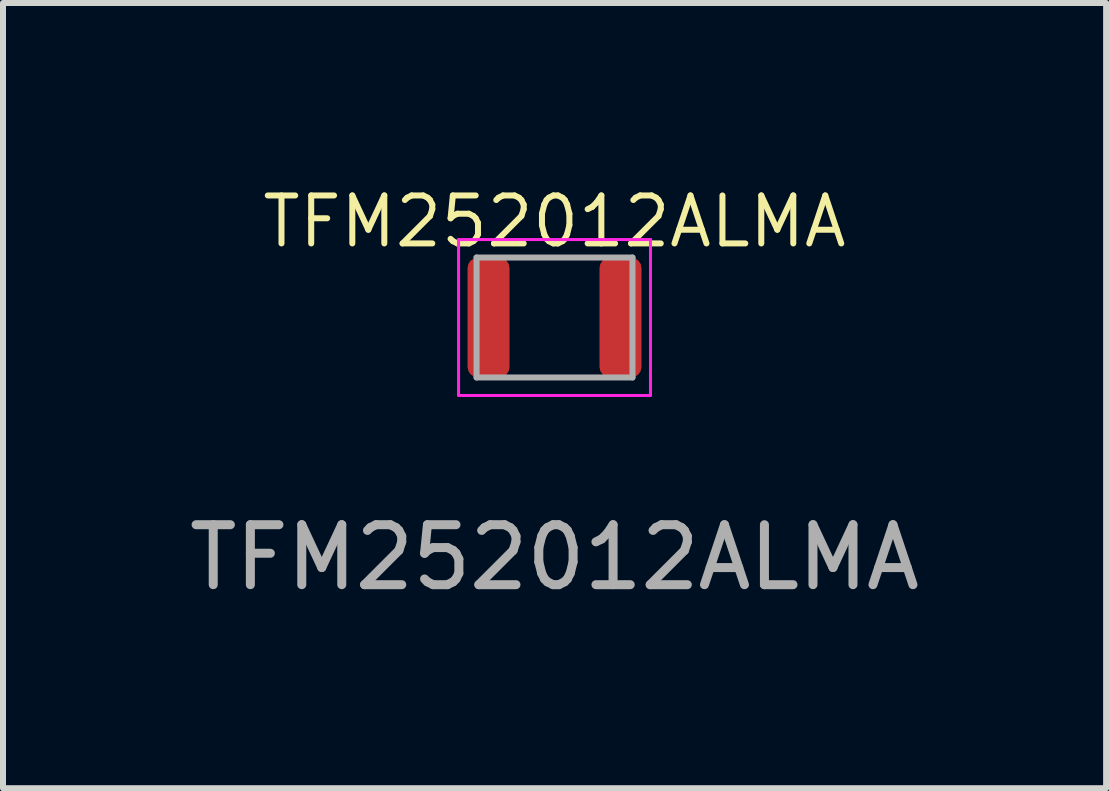
<source format=kicad_pcb>
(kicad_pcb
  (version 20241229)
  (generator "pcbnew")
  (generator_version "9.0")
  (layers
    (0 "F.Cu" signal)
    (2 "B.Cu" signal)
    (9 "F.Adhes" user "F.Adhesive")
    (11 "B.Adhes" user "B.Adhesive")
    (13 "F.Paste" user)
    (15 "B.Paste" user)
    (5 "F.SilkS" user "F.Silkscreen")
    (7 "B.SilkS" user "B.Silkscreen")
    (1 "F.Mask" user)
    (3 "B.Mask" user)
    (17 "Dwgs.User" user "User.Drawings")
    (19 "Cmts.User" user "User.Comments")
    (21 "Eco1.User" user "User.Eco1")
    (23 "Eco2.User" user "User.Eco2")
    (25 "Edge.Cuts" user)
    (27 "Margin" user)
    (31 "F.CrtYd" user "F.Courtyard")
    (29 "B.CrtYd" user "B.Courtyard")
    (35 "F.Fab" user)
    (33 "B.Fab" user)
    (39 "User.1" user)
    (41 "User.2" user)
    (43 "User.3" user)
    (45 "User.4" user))
  (footprint "TFM252012ALMA"
    (layer "F.Cu")
    (at 6.196 2.244)
    (property "Reference" "TFM252012ALMA" (at 0 -1.6 0) (unlocked yes) (layer "F.SilkS") (effects (font (size 0.8 0.8) (thickness 0.1))))
    (attr smd)
    (fp_line (start -1.6 -1.3) (end -1.6 1.3) (stroke (width 0.05) (type default)) (layer "F.CrtYd"))
    (fp_line (start -1.6 1.3) (end 1.6 1.3) (stroke (width 0.05) (type default)) (layer "F.CrtYd"))
    (fp_line (start 1.6 -1.3) (end -1.6 -1.3) (stroke (width 0.05) (type default)) (layer "F.CrtYd"))
    (fp_line (start 1.6 1.3) (end 1.6 -1.3) (stroke (width 0.05) (type default)) (layer "F.CrtYd"))
    (fp_line (start -1.3 -1) (end -1.3 1) (stroke (width 0.1) (type default)) (layer "F.Fab"))
    (fp_line (start -1.3 1) (end 1.3 1) (stroke (width 0.1) (type default)) (layer "F.Fab"))
    (fp_line (start 1.3 -1) (end -1.3 -1) (stroke (width 0.1) (type default)) (layer "F.Fab"))
    (fp_line (start 1.3 1) (end 1.3 -1) (stroke (width 0.1) (type default)) (layer "F.Fab"))
    (fp_text user "${REFERENCE}" (at 0 4 0) (unlocked yes) (layer "F.Fab") (effects (font (size 1 1) (thickness 0.15))))
    (pad "1" smd roundrect (at -1.1 0 90) (size 2 0.7) (layers "F.Cu" "F.Mask" "F.Paste") (roundrect_rratio 0.25))
    (pad "2" smd roundrect (at 1.1 0 90) (size 2 0.7) (layers "F.Cu" "F.Mask" "F.Paste") (roundrect_rratio 0.25)))
  (gr_rect
    (start -3 -3)
    (end 15.393 10.092)
    (stroke (width 0.1) (type default))
    (fill no)
    (layer "Edge.Cuts")))
</source>
